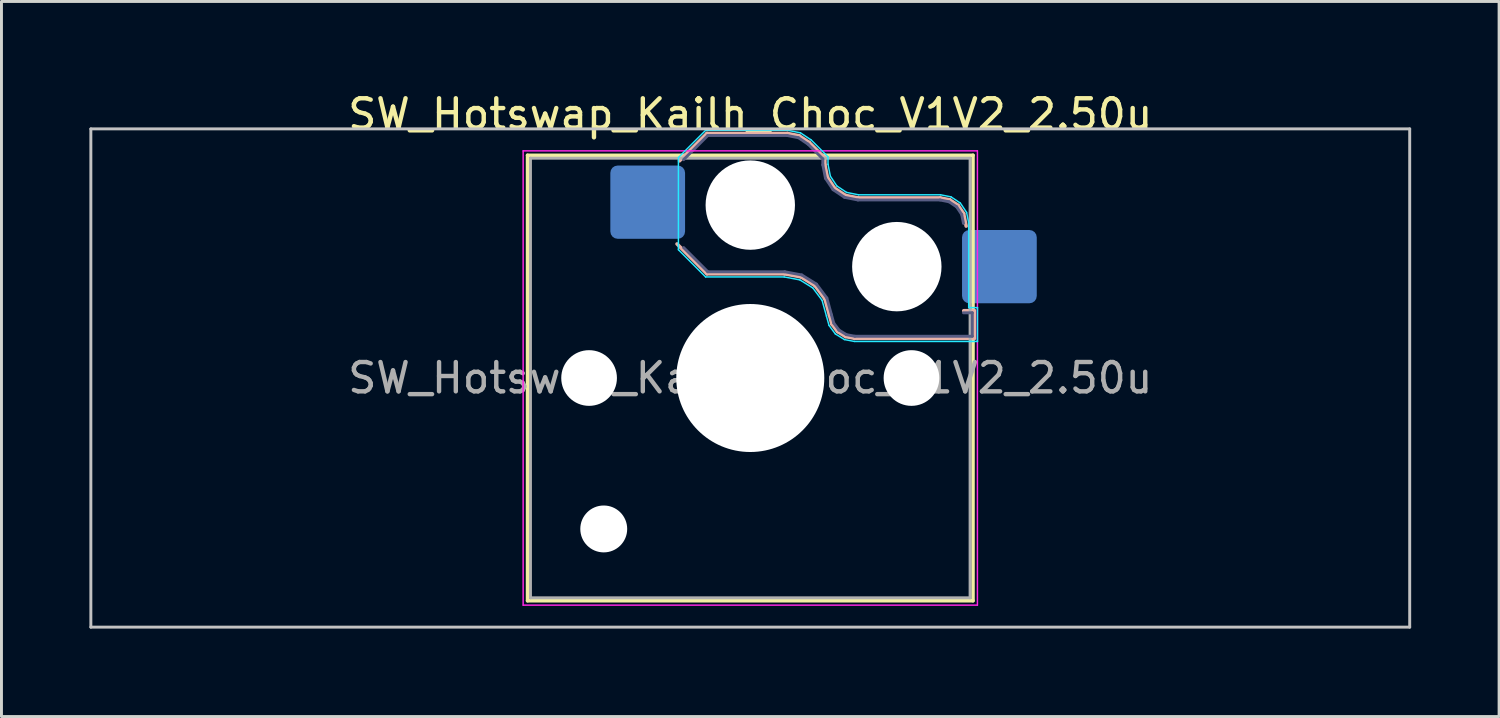
<source format=kicad_pcb>
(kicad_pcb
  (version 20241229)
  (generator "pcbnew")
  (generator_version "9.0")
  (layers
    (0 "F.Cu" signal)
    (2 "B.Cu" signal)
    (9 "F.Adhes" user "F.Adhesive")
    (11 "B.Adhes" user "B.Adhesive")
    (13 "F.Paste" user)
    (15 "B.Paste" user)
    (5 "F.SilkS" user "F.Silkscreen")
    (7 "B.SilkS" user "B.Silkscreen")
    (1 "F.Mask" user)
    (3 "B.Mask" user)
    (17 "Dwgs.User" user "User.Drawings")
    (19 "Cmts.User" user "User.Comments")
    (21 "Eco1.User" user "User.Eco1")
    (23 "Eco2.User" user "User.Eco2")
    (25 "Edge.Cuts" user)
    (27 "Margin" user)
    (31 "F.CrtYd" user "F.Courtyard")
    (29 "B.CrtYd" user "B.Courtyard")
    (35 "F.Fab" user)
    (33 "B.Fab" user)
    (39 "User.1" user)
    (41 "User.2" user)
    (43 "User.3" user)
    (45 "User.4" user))
  (footprint "SW_Hotswap_Kailh_Choc_V1V2_2.50u"
    (layer "F.Cu")
    (at 22.55 9.848)
    (property "Reference" "SW_Hotswap_Kailh_Choc_V1V2_2.50u" (at 0 -9 0) (layer "F.SilkS") (effects (font (size 1 1) (thickness 0.15))))
    (attr smd)
    (fp_line (start -7.6 -7.6) (end -7.6 7.6) (stroke (width 0.12) (type solid)) (layer "F.SilkS"))
    (fp_line (start -7.6 7.6) (end 7.6 7.6) (stroke (width 0.12) (type solid)) (layer "F.SilkS"))
    (fp_line (start 7.6 -7.6) (end -7.6 -7.6) (stroke (width 0.12) (type solid)) (layer "F.SilkS"))
    (fp_line (start 7.6 7.6) (end 7.6 -7.6) (stroke (width 0.12) (type solid)) (layer "F.SilkS"))
    (fp_line (start -2.416 -7.409) (end -1.479 -8.346) (stroke (width 0.12) (type solid)) (layer "B.SilkS"))
    (fp_line (start -1.479 -8.346) (end 1.268 -8.346) (stroke (width 0.12) (type solid)) (layer "B.SilkS"))
    (fp_line (start -1.479 -3.554) (end -2.5 -4.575) (stroke (width 0.12) (type solid)) (layer "B.SilkS"))
    (fp_line (start 1.168 -3.554) (end -1.479 -3.554) (stroke (width 0.12) (type solid)) (layer "B.SilkS"))
    (fp_line (start 1.268 -8.346) (end 1.671 -8.266) (stroke (width 0.12) (type solid)) (layer "B.SilkS"))
    (fp_line (start 1.671 -8.266) (end 2.013 -8.037) (stroke (width 0.12) (type solid)) (layer "B.SilkS"))
    (fp_line (start 1.73 -3.449) (end 1.168 -3.554) (stroke (width 0.12) (type solid)) (layer "B.SilkS"))
    (fp_line (start 2.013 -8.037) (end 2.546 -7.504) (stroke (width 0.12) (type solid)) (layer "B.SilkS"))
    (fp_line (start 2.209 -3.15) (end 1.73 -3.449) (stroke (width 0.12) (type solid)) (layer "B.SilkS"))
    (fp_line (start 2.546 -7.504) (end 2.546 -7.282) (stroke (width 0.12) (type solid)) (layer "B.SilkS"))
    (fp_line (start 2.546 -7.282) (end 2.633 -6.844) (stroke (width 0.12) (type solid)) (layer "B.SilkS"))
    (fp_line (start 2.547 -2.697) (end 2.209 -3.15) (stroke (width 0.12) (type solid)) (layer "B.SilkS"))
    (fp_line (start 2.633 -6.844) (end 2.877 -6.477) (stroke (width 0.12) (type solid)) (layer "B.SilkS"))
    (fp_line (start 2.701 -2.139) (end 2.547 -2.697) (stroke (width 0.12) (type solid)) (layer "B.SilkS"))
    (fp_line (start 2.783 -1.841) (end 2.701 -2.139) (stroke (width 0.12) (type solid)) (layer "B.SilkS"))
    (fp_line (start 2.877 -6.477) (end 3.244 -6.233) (stroke (width 0.12) (type solid)) (layer "B.SilkS"))
    (fp_line (start 2.976 -1.583) (end 2.783 -1.841) (stroke (width 0.12) (type solid)) (layer "B.SilkS"))
    (fp_line (start 3.244 -6.233) (end 3.682 -6.146) (stroke (width 0.12) (type solid)) (layer "B.SilkS"))
    (fp_line (start 3.25 -1.413) (end 2.976 -1.583) (stroke (width 0.12) (type solid)) (layer "B.SilkS"))
    (fp_line (start 3.56 -1.354) (end 3.25 -1.413) (stroke (width 0.12) (type solid)) (layer "B.SilkS"))
    (fp_line (start 3.682 -6.146) (end 6.482 -6.146) (stroke (width 0.12) (type solid)) (layer "B.SilkS"))
    (fp_line (start 6.482 -6.146) (end 6.809 -6.081) (stroke (width 0.12) (type solid)) (layer "B.SilkS"))
    (fp_line (start 6.809 -6.081) (end 7.092 -5.892) (stroke (width 0.12) (type solid)) (layer "B.SilkS"))
    (fp_line (start 7.092 -5.892) (end 7.281 -5.609) (stroke (width 0.12) (type solid)) (layer "B.SilkS"))
    (fp_line (start 7.281 -5.609) (end 7.366 -5.182) (stroke (width 0.12) (type solid)) (layer "B.SilkS"))
    (fp_line (start 7.283 -2.296) (end 7.646 -2.296) (stroke (width 0.12) (type solid)) (layer "B.SilkS"))
    (fp_line (start 7.646 -2.296) (end 7.646 -1.354) (stroke (width 0.12) (type solid)) (layer "B.SilkS"))
    (fp_line (start 7.646 -1.354) (end 3.56 -1.354) (stroke (width 0.12) (type solid)) (layer "B.SilkS"))
    (fp_line (start -22.5 -8.5) (end -22.5 8.5) (stroke (width 0.1) (type solid)) (layer "Dwgs.User"))
    (fp_line (start -22.5 8.5) (end 22.5 8.5) (stroke (width 0.1) (type solid)) (layer "Dwgs.User"))
    (fp_line (start 22.5 -8.5) (end -22.5 -8.5) (stroke (width 0.1) (type solid)) (layer "Dwgs.User"))
    (fp_line (start 22.5 8.5) (end 22.5 -8.5) (stroke (width 0.1) (type solid)) (layer "Dwgs.User"))
    (fp_line (start -7.25 -7.25) (end -7.25 7.25) (stroke (width 0.1) (type solid)) (layer "Eco1.User"))
    (fp_line (start -7.25 7.25) (end 7.25 7.25) (stroke (width 0.1) (type solid)) (layer "Eco1.User"))
    (fp_line (start 7.25 -7.25) (end -7.25 -7.25) (stroke (width 0.1) (type solid)) (layer "Eco1.User"))
    (fp_line (start 7.25 7.25) (end 7.25 -7.25) (stroke (width 0.1) (type solid)) (layer "Eco1.User"))
    (fp_line (start -2.452 -7.523) (end -1.523 -8.452) (stroke (width 0.05) (type solid)) (layer "B.CrtYd"))
    (fp_line (start -2.452 -4.377) (end -2.452 -7.523) (stroke (width 0.05) (type solid)) (layer "B.CrtYd"))
    (fp_line (start -1.523 -8.452) (end 1.278 -8.452) (stroke (width 0.05) (type solid)) (layer "B.CrtYd"))
    (fp_line (start -1.523 -3.448) (end -2.452 -4.377) (stroke (width 0.05) (type solid)) (layer "B.CrtYd"))
    (fp_line (start 1.159 -3.448) (end -1.523 -3.448) (stroke (width 0.05) (type solid)) (layer "B.CrtYd"))
    (fp_line (start 1.278 -8.452) (end 1.712 -8.366) (stroke (width 0.05) (type solid)) (layer "B.CrtYd"))
    (fp_line (start 1.691 -3.348) (end 1.159 -3.448) (stroke (width 0.05) (type solid)) (layer "B.CrtYd"))
    (fp_line (start 1.712 -8.366) (end 2.081 -8.119) (stroke (width 0.05) (type solid)) (layer "B.CrtYd"))
    (fp_line (start 2.081 -8.119) (end 2.652 -7.548) (stroke (width 0.05) (type solid)) (layer "B.CrtYd"))
    (fp_line (start 2.136 -3.071) (end 1.691 -3.348) (stroke (width 0.05) (type solid)) (layer "B.CrtYd"))
    (fp_line (start 2.45 -2.65) (end 2.136 -3.071) (stroke (width 0.05) (type solid)) (layer "B.CrtYd"))
    (fp_line (start 2.599 -2.111) (end 2.45 -2.65) (stroke (width 0.05) (type solid)) (layer "B.CrtYd"))
    (fp_line (start 2.652 -7.548) (end 2.652 -7.292) (stroke (width 0.05) (type solid)) (layer "B.CrtYd"))
    (fp_line (start 2.652 -7.292) (end 2.733 -6.885) (stroke (width 0.05) (type solid)) (layer "B.CrtYd"))
    (fp_line (start 2.687 -1.794) (end 2.599 -2.111) (stroke (width 0.05) (type solid)) (layer "B.CrtYd"))
    (fp_line (start 2.733 -6.885) (end 2.953 -6.553) (stroke (width 0.05) (type solid)) (layer "B.CrtYd"))
    (fp_line (start 2.903 -1.503) (end 2.687 -1.794) (stroke (width 0.05) (type solid)) (layer "B.CrtYd"))
    (fp_line (start 2.953 -6.553) (end 3.285 -6.333) (stroke (width 0.05) (type solid)) (layer "B.CrtYd"))
    (fp_line (start 3.211 -1.312) (end 2.903 -1.503) (stroke (width 0.05) (type solid)) (layer "B.CrtYd"))
    (fp_line (start 3.285 -6.333) (end 3.692 -6.252) (stroke (width 0.05) (type solid)) (layer "B.CrtYd"))
    (fp_line (start 3.55 -1.248) (end 3.211 -1.312) (stroke (width 0.05) (type solid)) (layer "B.CrtYd"))
    (fp_line (start 3.692 -6.252) (end 6.492 -6.252) (stroke (width 0.05) (type solid)) (layer "B.CrtYd"))
    (fp_line (start 6.492 -6.252) (end 6.85 -6.181) (stroke (width 0.05) (type solid)) (layer "B.CrtYd"))
    (fp_line (start 6.85 -6.181) (end 7.168 -5.968) (stroke (width 0.05) (type solid)) (layer "B.CrtYd"))
    (fp_line (start 7.168 -5.968) (end 7.381 -5.65) (stroke (width 0.05) (type solid)) (layer "B.CrtYd"))
    (fp_line (start 7.381 -5.65) (end 7.452 -5.292) (stroke (width 0.05) (type solid)) (layer "B.CrtYd"))
    (fp_line (start 7.452 -5.292) (end 7.452 -2.402) (stroke (width 0.05) (type solid)) (layer "B.CrtYd"))
    (fp_line (start 7.452 -2.402) (end 7.752 -2.402) (stroke (width 0.05) (type solid)) (layer "B.CrtYd"))
    (fp_line (start 7.752 -2.402) (end 7.752 -1.248) (stroke (width 0.05) (type solid)) (layer "B.CrtYd"))
    (fp_line (start 7.752 -1.248) (end 3.55 -1.248) (stroke (width 0.05) (type solid)) (layer "B.CrtYd"))
    (fp_line (start -7.75 -7.75) (end -7.75 7.75) (stroke (width 0.05) (type solid)) (layer "F.CrtYd"))
    (fp_line (start -7.75 7.75) (end 7.75 7.75) (stroke (width 0.05) (type solid)) (layer "F.CrtYd"))
    (fp_line (start 7.75 -7.75) (end -7.75 -7.75) (stroke (width 0.05) (type solid)) (layer "F.CrtYd"))
    (fp_line (start 7.75 7.75) (end 7.75 -7.75) (stroke (width 0.05) (type solid)) (layer "F.CrtYd"))
    (fp_line (start -2.275 -7.45) (end -1.45 -8.275) (stroke (width 0.1) (type solid)) (layer "B.Fab"))
    (fp_line (start -1.45 -8.275) (end 1.261 -8.275) (stroke (width 0.1) (type solid)) (layer "B.Fab"))
    (fp_line (start -1.45 -3.625) (end -2.275 -4.45) (stroke (width 0.1) (type solid)) (layer "B.Fab"))
    (fp_line (start 1.175 -3.625) (end -1.45 -3.625) (stroke (width 0.1) (type solid)) (layer "B.Fab"))
    (fp_line (start 1.261 -8.275) (end 1.643 -8.199) (stroke (width 0.1) (type solid)) (layer "B.Fab"))
    (fp_line (start 1.643 -8.199) (end 1.968 -7.982) (stroke (width 0.1) (type solid)) (layer "B.Fab"))
    (fp_line (start 1.756 -3.516) (end 1.175 -3.625) (stroke (width 0.1) (type solid)) (layer "B.Fab"))
    (fp_line (start 1.968 -7.982) (end 2.475 -7.475) (stroke (width 0.1) (type solid)) (layer "B.Fab"))
    (fp_line (start 2.258 -3.203) (end 1.756 -3.516) (stroke (width 0.1) (type solid)) (layer "B.Fab"))
    (fp_line (start 2.475 -7.475) (end 2.475 -7.275) (stroke (width 0.1) (type solid)) (layer "B.Fab"))
    (fp_line (start 2.475 -7.275) (end 2.566 -6.816) (stroke (width 0.1) (type solid)) (layer "B.Fab"))
    (fp_line (start 2.566 -6.816) (end 2.826 -6.426) (stroke (width 0.1) (type solid)) (layer "B.Fab"))
    (fp_line (start 2.612 -2.729) (end 2.258 -3.203) (stroke (width 0.1) (type solid)) (layer "B.Fab"))
    (fp_line (start 2.769 -2.158) (end 2.612 -2.729) (stroke (width 0.1) (type solid)) (layer "B.Fab"))
    (fp_line (start 2.826 -6.426) (end 3.216 -6.166) (stroke (width 0.1) (type solid)) (layer "B.Fab"))
    (fp_line (start 2.848 -1.873) (end 2.769 -2.158) (stroke (width 0.1) (type solid)) (layer "B.Fab"))
    (fp_line (start 3.025 -1.636) (end 2.848 -1.873) (stroke (width 0.1) (type solid)) (layer "B.Fab"))
    (fp_line (start 3.216 -6.166) (end 3.675 -6.075) (stroke (width 0.1) (type solid)) (layer "B.Fab"))
    (fp_line (start 3.276 -1.48) (end 3.025 -1.636) (stroke (width 0.1) (type solid)) (layer "B.Fab"))
    (fp_line (start 3.567 -1.425) (end 3.276 -1.48) (stroke (width 0.1) (type solid)) (layer "B.Fab"))
    (fp_line (start 3.675 -6.075) (end 6.475 -6.075) (stroke (width 0.1) (type solid)) (layer "B.Fab"))
    (fp_line (start 6.475 -6.075) (end 6.781 -6.014) (stroke (width 0.1) (type solid)) (layer "B.Fab"))
    (fp_line (start 6.781 -6.014) (end 7.041 -5.841) (stroke (width 0.1) (type solid)) (layer "B.Fab"))
    (fp_line (start 7.041 -5.841) (end 7.214 -5.581) (stroke (width 0.1) (type solid)) (layer "B.Fab"))
    (fp_line (start 7.214 -5.581) (end 7.275 -5.275) (stroke (width 0.1) (type solid)) (layer "B.Fab"))
    (fp_line (start 7.275 -2.225) (end 7.575 -2.225) (stroke (width 0.1) (type solid)) (layer "B.Fab"))
    (fp_line (start 7.575 -2.225) (end 7.575 -1.425) (stroke (width 0.1) (type solid)) (layer "B.Fab"))
    (fp_line (start 7.575 -1.425) (end 3.567 -1.425) (stroke (width 0.1) (type solid)) (layer "B.Fab"))
    (fp_line (start -7.5 -7.5) (end -7.5 7.5) (stroke (width 0.1) (type solid)) (layer "F.Fab"))
    (fp_line (start -7.5 7.5) (end 7.5 7.5) (stroke (width 0.1) (type solid)) (layer "F.Fab"))
    (fp_line (start 7.5 -7.5) (end -7.5 -7.5) (stroke (width 0.1) (type solid)) (layer "F.Fab"))
    (fp_line (start 7.5 7.5) (end 7.5 -7.5) (stroke (width 0.1) (type solid)) (layer "F.Fab"))
    (fp_text user "${REFERENCE}" (at 0 0 0) (layer "F.Fab") (effects (font (size 1 1) (thickness 0.15))))
    (pad "" np_thru_hole circle (at -5.5 0) (size 1.9 1.9) (drill 1.9) (layers "*.Cu" "*.Mask"))
    (pad "" np_thru_hole circle (at -5 5.15) (size 1.6 1.6) (drill 1.6) (layers "*.Cu" "*.Mask"))
    (pad "" np_thru_hole circle (at 0 -5.9) (size 3.05 3.05) (drill 3.05) (layers "*.Cu" "*.Mask"))
    (pad "" np_thru_hole circle (at 0 0) (size 5.05 5.05) (drill 5.05) (layers "*.Cu" "*.Mask"))
    (pad "" np_thru_hole circle (at 5 -3.8) (size 3.05 3.05) (drill 3.05) (layers "*.Cu" "*.Mask"))
    (pad "" np_thru_hole circle (at 5.5 0) (size 1.9 1.9) (drill 1.9) (layers "*.Cu" "*.Mask"))
    (pad "1" smd roundrect (at -3.5 -6) (size 2.55 2.5) (layers "B.Cu" "B.Mask" "B.Paste") (roundrect_rratio 0.1))
    (pad "2" smd roundrect (at 8.5 -3.8) (size 2.55 2.5) (layers "B.Cu" "B.Mask" "B.Paste") (roundrect_rratio 0.1)))
  (gr_rect
    (start -3 -3)
    (end 48.1 21.398)
    (stroke (width 0.1) (type default))
    (fill no)
    (layer "Edge.Cuts")))
</source>
